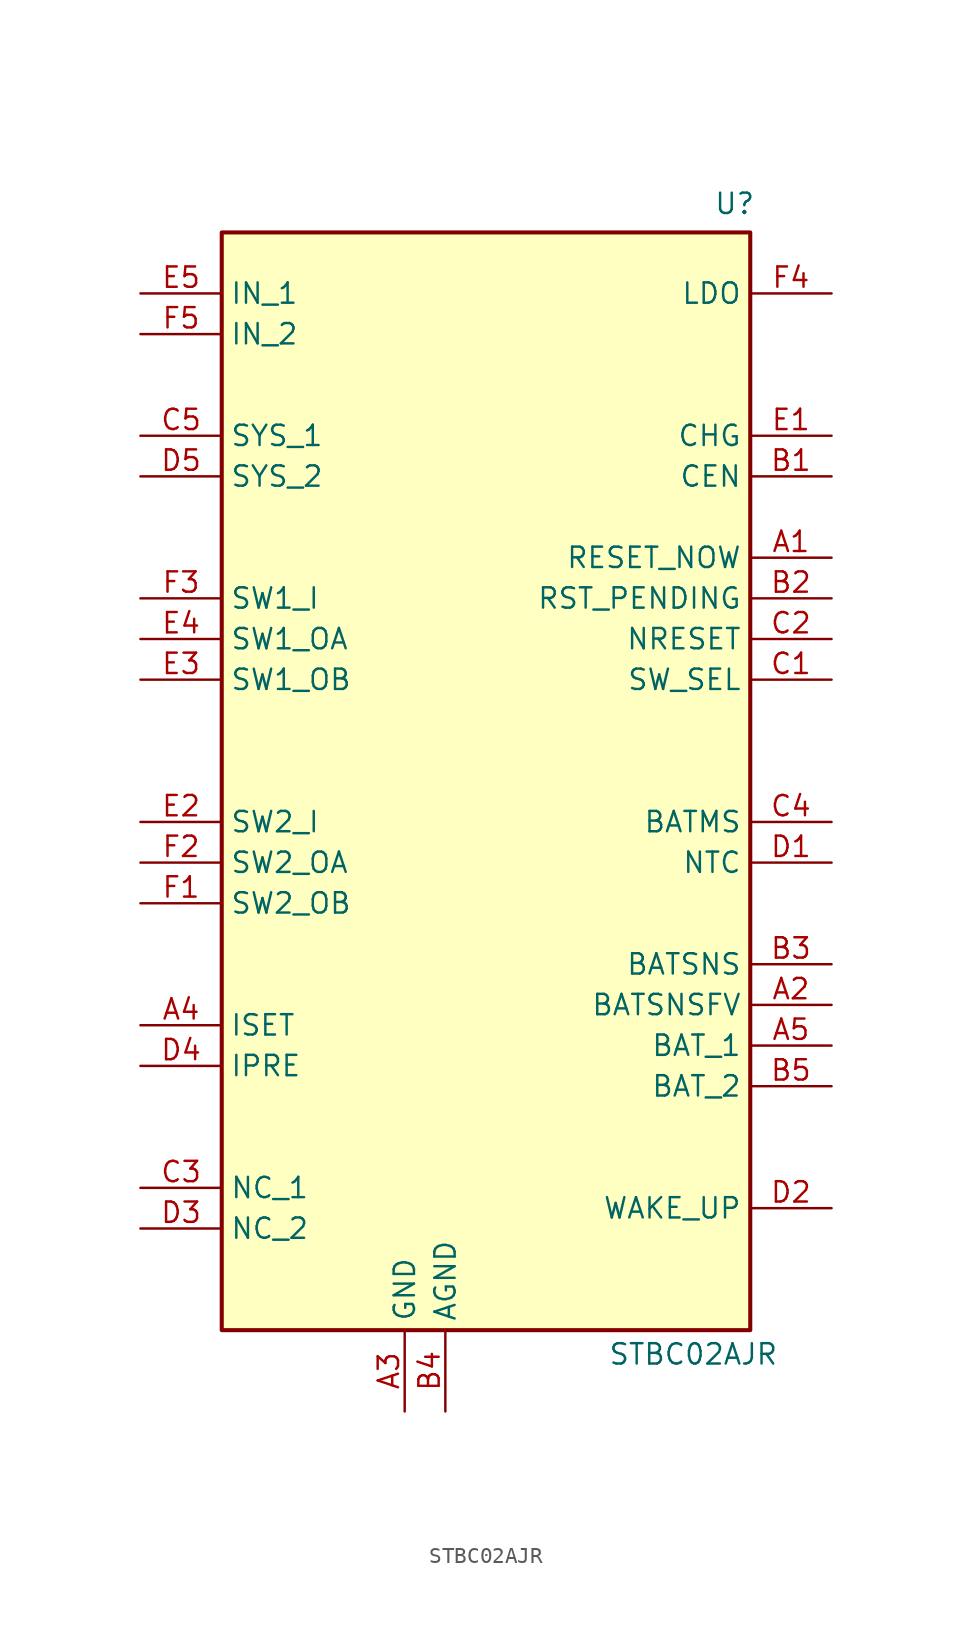
<source format=kicad_sym>
(kicad_symbol_lib
  (version 20231120)
  (generator "kicad_symbol_editor")
  (generator_version "8.0")
  (symbol "STBC02AJR"
    (property "Reference" "U"
      (at 35.814 33.02 0)
      (effects (font (size 1.27 1.27)) (justify left top)))
    (property "Value" "STBC02AJR"
      (at 29.21 -38.862 0)
      (effects (font (size 1.27 1.27)) (justify left top)))
    (symbol "STBC02AJR_1_1"
      (rectangle (start 5.08 30.48) (end 38.1 -38.1) (stroke (width 0.254) (type default)) (fill (type background)))
      (pin passive line (at 43.18 10.16 180) (length 5.08) (name "RESET_NOW" (effects (font (size 1.27 1.27)))) (number "A1" (effects (font (size 1.27 1.27)))))
      (pin passive line (at 43.18 -17.78 180) (length 5.08) (name "BATSNSFV" (effects (font (size 1.27 1.27)))) (number "A2" (effects (font (size 1.27 1.27)))))
      (pin passive line (at 16.51 -43.18 90) (length 5.08) (name "GND" (effects (font (size 1.27 1.27)))) (number "A3" (effects (font (size 1.27 1.27)))))
      (pin passive line (at 0 -19.05 0) (length 5.08) (name "ISET" (effects (font (size 1.27 1.27)))) (number "A4" (effects (font (size 1.27 1.27)))))
      (pin passive line (at 43.18 -20.32 180) (length 5.08) (name "BAT_1" (effects (font (size 1.27 1.27)))) (number "A5" (effects (font (size 1.27 1.27)))))
      (pin passive line (at 43.18 15.24 180) (length 5.08) (name "CEN" (effects (font (size 1.27 1.27)))) (number "B1" (effects (font (size 1.27 1.27)))))
      (pin passive line (at 43.18 7.62 180) (length 5.08) (name "RST_PENDING" (effects (font (size 1.27 1.27)))) (number "B2" (effects (font (size 1.27 1.27)))))
      (pin passive line (at 43.18 -15.24 180) (length 5.08) (name "BATSNS" (effects (font (size 1.27 1.27)))) (number "B3" (effects (font (size 1.27 1.27)))))
      (pin passive line (at 19.05 -43.18 90) (length 5.08) (name "AGND" (effects (font (size 1.27 1.27)))) (number "B4" (effects (font (size 1.27 1.27)))))
      (pin passive line (at 43.18 -22.86 180) (length 5.08) (name "BAT_2" (effects (font (size 1.27 1.27)))) (number "B5" (effects (font (size 1.27 1.27)))))
      (pin passive line (at 43.18 2.54 180) (length 5.08) (name "SW_SEL" (effects (font (size 1.27 1.27)))) (number "C1" (effects (font (size 1.27 1.27)))))
      (pin passive line (at 43.18 5.08 180) (length 5.08) (name "NRESET" (effects (font (size 1.27 1.27)))) (number "C2" (effects (font (size 1.27 1.27)))))
      (pin passive line (at 0 -29.21 0) (length 5.08) (name "NC_1" (effects (font (size 1.27 1.27)))) (number "C3" (effects (font (size 1.27 1.27)))))
      (pin passive line (at 43.18 -6.35 180) (length 5.08) (name "BATMS" (effects (font (size 1.27 1.27)))) (number "C4" (effects (font (size 1.27 1.27)))))
      (pin passive line (at 0 17.78 0) (length 5.08) (name "SYS_1" (effects (font (size 1.27 1.27)))) (number "C5" (effects (font (size 1.27 1.27)))))
      (pin passive line (at 43.18 -8.89 180) (length 5.08) (name "NTC" (effects (font (size 1.27 1.27)))) (number "D1" (effects (font (size 1.27 1.27)))))
      (pin passive line (at 43.18 -30.48 180) (length 5.08) (name "WAKE_UP" (effects (font (size 1.27 1.27)))) (number "D2" (effects (font (size 1.27 1.27)))))
      (pin passive line (at 0 -31.75 0) (length 5.08) (name "NC_2" (effects (font (size 1.27 1.27)))) (number "D3" (effects (font (size 1.27 1.27)))))
      (pin passive line (at 0 -21.59 0) (length 5.08) (name "IPRE" (effects (font (size 1.27 1.27)))) (number "D4" (effects (font (size 1.27 1.27)))))
      (pin passive line (at 0 15.24 0) (length 5.08) (name "SYS_2" (effects (font (size 1.27 1.27)))) (number "D5" (effects (font (size 1.27 1.27)))))
      (pin passive line (at 43.18 17.78 180) (length 5.08) (name "CHG" (effects (font (size 1.27 1.27)))) (number "E1" (effects (font (size 1.27 1.27)))))
      (pin passive line (at 0 -6.35 0) (length 5.08) (name "SW2_I" (effects (font (size 1.27 1.27)))) (number "E2" (effects (font (size 1.27 1.27)))))
      (pin passive line (at 0 2.54 0) (length 5.08) (name "SW1_OB" (effects (font (size 1.27 1.27)))) (number "E3" (effects (font (size 1.27 1.27)))))
      (pin passive line (at 0 5.08 0) (length 5.08) (name "SW1_OA" (effects (font (size 1.27 1.27)))) (number "E4" (effects (font (size 1.27 1.27)))))
      (pin passive line (at 0 26.67 0) (length 5.08) (name "IN_1" (effects (font (size 1.27 1.27)))) (number "E5" (effects (font (size 1.27 1.27)))))
      (pin passive line (at 0 -11.43 0) (length 5.08) (name "SW2_OB" (effects (font (size 1.27 1.27)))) (number "F1" (effects (font (size 1.27 1.27)))))
      (pin passive line (at 0 -8.89 0) (length 5.08) (name "SW2_OA" (effects (font (size 1.27 1.27)))) (number "F2" (effects (font (size 1.27 1.27)))))
      (pin passive line (at 0 7.62 0) (length 5.08) (name "SW1_I" (effects (font (size 1.27 1.27)))) (number "F3" (effects (font (size 1.27 1.27)))))
      (pin passive line (at 43.18 26.67 180) (length 5.08) (name "LDO" (effects (font (size 1.27 1.27)))) (number "F4" (effects (font (size 1.27 1.27)))))
      (pin passive line (at 0 24.13 0) (length 5.08) (name "IN_2" (effects (font (size 1.27 1.27)))) (number "F5" (effects (font (size 1.27 1.27))))))))
</source>
